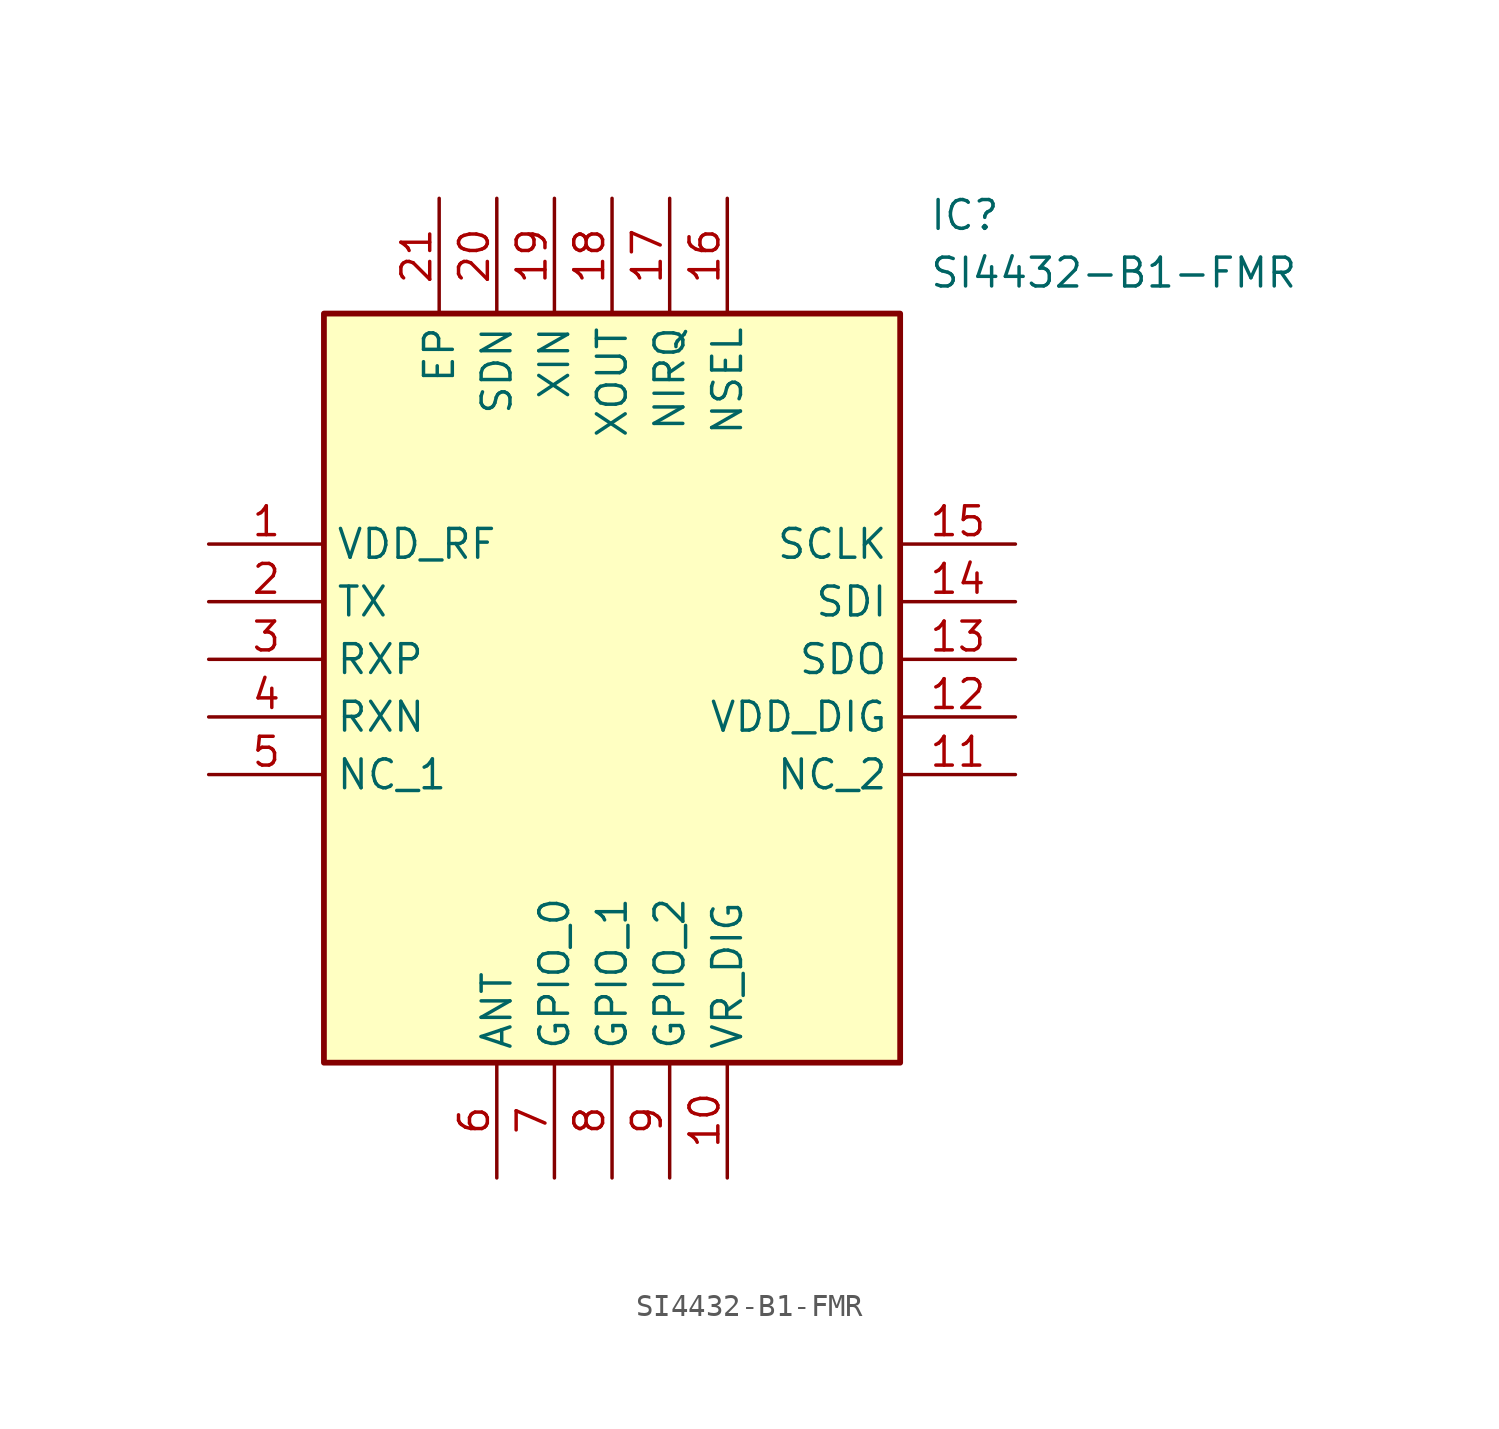
<source format=kicad_sym>
(kicad_symbol_lib
  (version 20211014)
  (generator SamacSys_ECAD_Model)
  (symbol "SI4432-B1-FMR"
    (property "Reference" "IC"
      (at 31.75 15.24 0)
      (effects (font (size 1.27 1.27)) (justify left top)))
    (property "Value" "SI4432-B1-FMR"
      (at 31.75 12.7 0)
      (effects (font (size 1.27 1.27)) (justify left top)))
    (rectangle
      (start 5.08 10.16)
      (end 30.48 -22.86)
      (stroke (width 0.254) (type default))
      (fill (type background)))
    (pin passive line
      (at 0 0 0)
      (length 5.08)
      (name "VDD_RF" (effects (font (size 1.27 1.27))))
      (number "1" (effects (font (size 1.27 1.27)))))
    (pin passive line
      (at 0 -2.54 0)
      (length 5.08)
      (name "TX" (effects (font (size 1.27 1.27))))
      (number "2" (effects (font (size 1.27 1.27)))))
    (pin passive line
      (at 0 -5.08 0)
      (length 5.08)
      (name "RXP" (effects (font (size 1.27 1.27))))
      (number "3" (effects (font (size 1.27 1.27)))))
    (pin passive line
      (at 0 -7.62 0)
      (length 5.08)
      (name "RXN" (effects (font (size 1.27 1.27))))
      (number "4" (effects (font (size 1.27 1.27)))))
    (pin passive line
      (at 0 -10.16 0)
      (length 5.08)
      (name "NC_1" (effects (font (size 1.27 1.27))))
      (number "5" (effects (font (size 1.27 1.27)))))
    (pin passive line
      (at 12.7 -27.94 90)
      (length 5.08)
      (name "ANT" (effects (font (size 1.27 1.27))))
      (number "6" (effects (font (size 1.27 1.27)))))
    (pin passive line
      (at 15.24 -27.94 90)
      (length 5.08)
      (name "GPIO_0" (effects (font (size 1.27 1.27))))
      (number "7" (effects (font (size 1.27 1.27)))))
    (pin passive line
      (at 17.78 -27.94 90)
      (length 5.08)
      (name "GPIO_1" (effects (font (size 1.27 1.27))))
      (number "8" (effects (font (size 1.27 1.27)))))
    (pin passive line
      (at 20.32 -27.94 90)
      (length 5.08)
      (name "GPIO_2" (effects (font (size 1.27 1.27))))
      (number "9" (effects (font (size 1.27 1.27)))))
    (pin passive line
      (at 22.86 -27.94 90)
      (length 5.08)
      (name "VR_DIG" (effects (font (size 1.27 1.27))))
      (number "10" (effects (font (size 1.27 1.27)))))
    (pin passive line
      (at 35.56 0 180)
      (length 5.08)
      (name "SCLK" (effects (font (size 1.27 1.27))))
      (number "15" (effects (font (size 1.27 1.27)))))
    (pin passive line
      (at 35.56 -2.54 180)
      (length 5.08)
      (name "SDI" (effects (font (size 1.27 1.27))))
      (number "14" (effects (font (size 1.27 1.27)))))
    (pin passive line
      (at 35.56 -5.08 180)
      (length 5.08)
      (name "SDO" (effects (font (size 1.27 1.27))))
      (number "13" (effects (font (size 1.27 1.27)))))
    (pin passive line
      (at 35.56 -7.62 180)
      (length 5.08)
      (name "VDD_DIG" (effects (font (size 1.27 1.27))))
      (number "12" (effects (font (size 1.27 1.27)))))
    (pin passive line
      (at 35.56 -10.16 180)
      (length 5.08)
      (name "NC_2" (effects (font (size 1.27 1.27))))
      (number "11" (effects (font (size 1.27 1.27)))))
    (pin passive line
      (at 10.16 15.24 270)
      (length 5.08)
      (name "EP" (effects (font (size 1.27 1.27))))
      (number "21" (effects (font (size 1.27 1.27)))))
    (pin passive line
      (at 12.7 15.24 270)
      (length 5.08)
      (name "SDN" (effects (font (size 1.27 1.27))))
      (number "20" (effects (font (size 1.27 1.27)))))
    (pin passive line
      (at 15.24 15.24 270)
      (length 5.08)
      (name "XIN" (effects (font (size 1.27 1.27))))
      (number "19" (effects (font (size 1.27 1.27)))))
    (pin passive line
      (at 17.78 15.24 270)
      (length 5.08)
      (name "XOUT" (effects (font (size 1.27 1.27))))
      (number "18" (effects (font (size 1.27 1.27)))))
    (pin passive line
      (at 20.32 15.24 270)
      (length 5.08)
      (name "NIRQ" (effects (font (size 1.27 1.27))))
      (number "17" (effects (font (size 1.27 1.27)))))
    (pin passive line
      (at 22.86 15.24 270)
      (length 5.08)
      (name "NSEL" (effects (font (size 1.27 1.27))))
      (number "16" (effects (font (size 1.27 1.27)))))))
</source>
